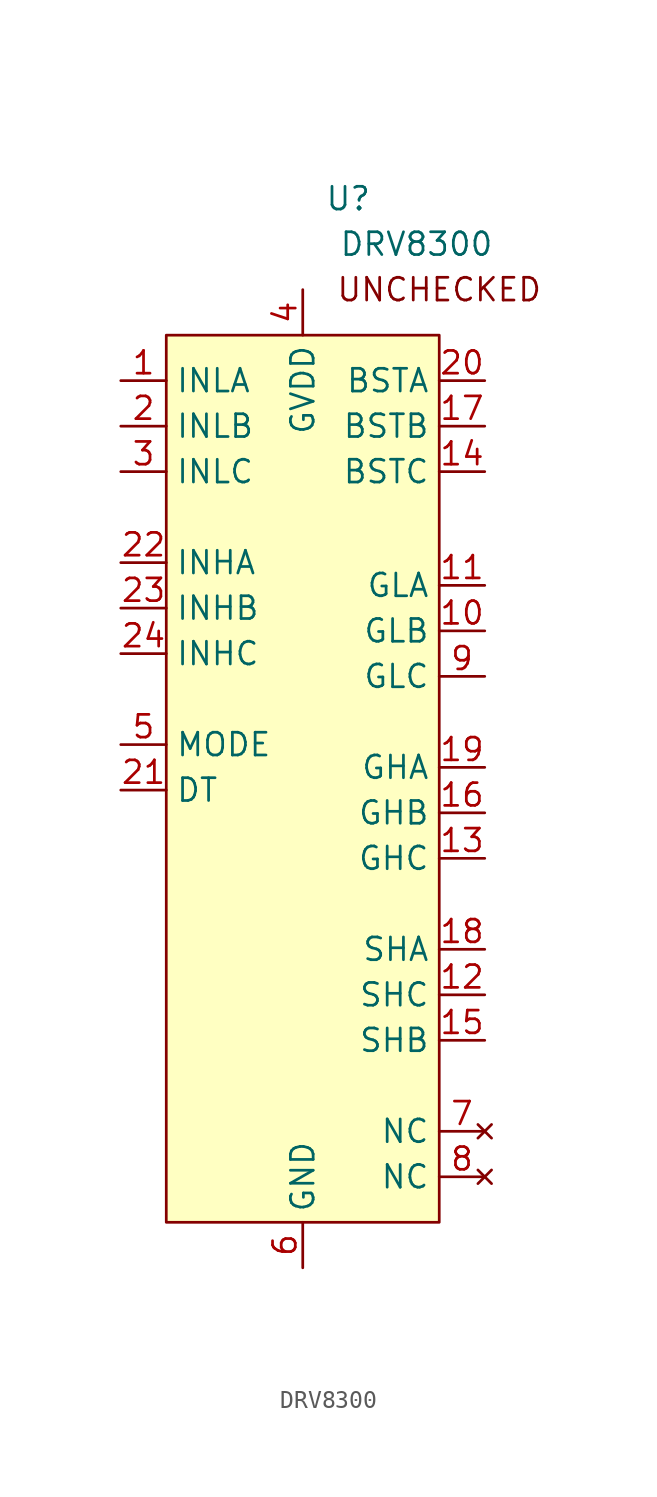
<source format=kicad_sym>
(kicad_symbol_lib
  (version 20211014)
  (generator kicad_symbol_editor)
  (symbol "DRV8300"
    (property "Reference" "U"
      (at 2.54 21.59 0)
      (effects (font (size 1.27 1.27))))
    (property "Value" "DRV8300"
      (at 6.35 19.05 0)
      (effects (font (size 1.27 1.27))))
    (symbol "DRV8300_0_0"
      (rectangle (start 7.62 -35.56) (end -7.62 13.97) (stroke (width 0) (type default) (color 0 0 0 0)) (fill (type background)))
      (text "UNCHECKED" (at 7.62 16.51 0) (effects (font (size 1.27 1.27)))))
    (symbol "DRV8300_1_1"
      (pin input line (at -10.16 11.43 0) (length 2.54) (name "INLA" (effects (font (size 1.27 1.27)))) (number "1" (effects (font (size 1.27 1.27)))))
      (pin output line (at 10.16 -2.54 180) (length 2.54) (name "GLB" (effects (font (size 1.27 1.27)))) (number "10" (effects (font (size 1.27 1.27)))))
      (pin output line (at 10.16 0 180) (length 2.54) (name "GLA" (effects (font (size 1.27 1.27)))) (number "11" (effects (font (size 1.27 1.27)))))
      (pin input line (at 10.16 -22.86 180) (length 2.54) (name "SHC" (effects (font (size 1.27 1.27)))) (number "12" (effects (font (size 1.27 1.27)))))
      (pin output line (at 10.16 -15.24 180) (length 2.54) (name "GHC" (effects (font (size 1.27 1.27)))) (number "13" (effects (font (size 1.27 1.27)))))
      (pin power_out line (at 10.16 6.35 180) (length 2.54) (name "BSTC" (effects (font (size 1.27 1.27)))) (number "14" (effects (font (size 1.27 1.27)))))
      (pin input line (at 10.16 -25.4 180) (length 2.54) (name "SHB" (effects (font (size 1.27 1.27)))) (number "15" (effects (font (size 1.27 1.27)))))
      (pin output line (at 10.16 -12.7 180) (length 2.54) (name "GHB" (effects (font (size 1.27 1.27)))) (number "16" (effects (font (size 1.27 1.27)))))
      (pin power_out line (at 10.16 8.89 180) (length 2.54) (name "BSTB" (effects (font (size 1.27 1.27)))) (number "17" (effects (font (size 1.27 1.27)))))
      (pin input line (at 10.16 -20.32 180) (length 2.54) (name "SHA" (effects (font (size 1.27 1.27)))) (number "18" (effects (font (size 1.27 1.27)))))
      (pin output line (at 10.16 -10.16 180) (length 2.54) (name "GHA" (effects (font (size 1.27 1.27)))) (number "19" (effects (font (size 1.27 1.27)))))
      (pin input line (at -10.16 8.89 0) (length 2.54) (name "INLB" (effects (font (size 1.27 1.27)))) (number "2" (effects (font (size 1.27 1.27)))))
      (pin power_out line (at 10.16 11.43 180) (length 2.54) (name "BSTA" (effects (font (size 1.27 1.27)))) (number "20" (effects (font (size 1.27 1.27)))))
      (pin input line (at -10.16 -11.43 0) (length 2.54) (name "DT" (effects (font (size 1.27 1.27)))) (number "21" (effects (font (size 1.27 1.27)))))
      (pin input line (at -10.16 1.27 0) (length 2.54) (name "INHA" (effects (font (size 1.27 1.27)))) (number "22" (effects (font (size 1.27 1.27)))))
      (pin input line (at -10.16 -1.27 0) (length 2.54) (name "INHB" (effects (font (size 1.27 1.27)))) (number "23" (effects (font (size 1.27 1.27)))))
      (pin input line (at -10.16 -3.81 0) (length 2.54) (name "INHC" (effects (font (size 1.27 1.27)))) (number "24" (effects (font (size 1.27 1.27)))))
      (pin input line (at -10.16 6.35 0) (length 2.54) (name "INLC" (effects (font (size 1.27 1.27)))) (number "3" (effects (font (size 1.27 1.27)))))
      (pin power_in line (at 0 16.51 270) (length 2.54) (name "GVDD" (effects (font (size 1.27 1.27)))) (number "4" (effects (font (size 1.27 1.27)))))
      (pin input line (at -10.16 -8.89 0) (length 2.54) (name "MODE" (effects (font (size 1.27 1.27)))) (number "5" (effects (font (size 1.27 1.27)))))
      (pin power_in line (at 0 -38.1 90) (length 2.54) (name "GND" (effects (font (size 1.27 1.27)))) (number "6" (effects (font (size 1.27 1.27)))))
      (pin no_connect line (at 10.16 -30.48 180) (length 2.54) (name "NC" (effects (font (size 1.27 1.27)))) (number "7" (effects (font (size 1.27 1.27)))))
      (pin no_connect line (at 10.16 -33.02 180) (length 2.54) (name "NC" (effects (font (size 1.27 1.27)))) (number "8" (effects (font (size 1.27 1.27)))))
      (pin output line (at 10.16 -5.08 180) (length 2.54) (name "GLC" (effects (font (size 1.27 1.27)))) (number "9" (effects (font (size 1.27 1.27))))))))
</source>
